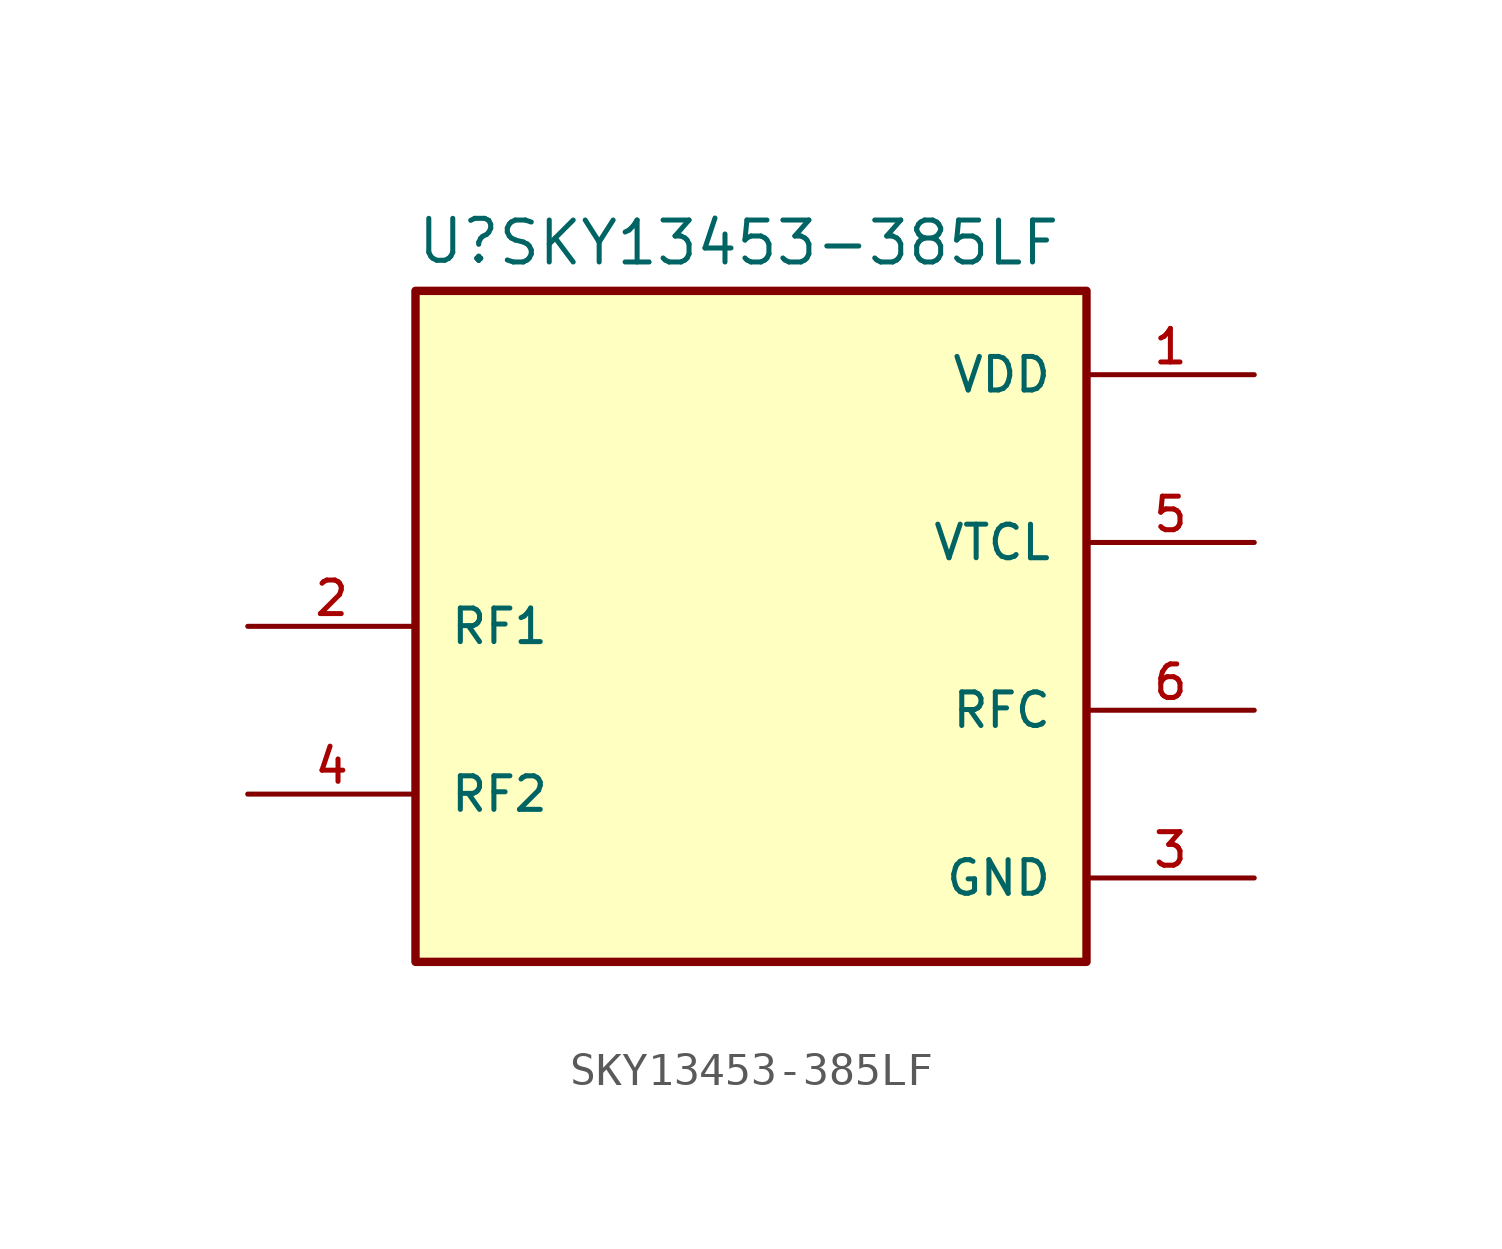
<source format=kicad_sym>
(kicad_symbol_lib
  (version 20220914)
  (generator kicad_symbol_editor)
  (symbol "SKY13453-385LF"
    (pin_names
      (offset 1.016))
    (property "Reference" "U"
      (at -10.16 10.922 0)
      (effects (font (size 1.27 1.27)) (justify left bottom)))
    (property "Value" "SKY13453-385LF"
      (at -7.722 10.871 0)
      (effects (font (size 1.27 1.27)) (justify left bottom)))
    (symbol "SKY13453-385LF_0_0"
      (rectangle (start -10.16 10.16) (end 10.16 -10.16) (stroke (width 0.254) (type default)) (fill (type background)))
      (pin power_in line (at 15.24 7.62 180) (length 5.08) (name "VDD" (effects (font (size 1.016 1.016)))) (number "1" (effects (font (size 1.016 1.016)))))
      (pin bidirectional line (at -15.24 0 0) (length 5.08) (name "RF1" (effects (font (size 1.016 1.016)))) (number "2" (effects (font (size 1.016 1.016)))))
      (pin power_in line (at 15.24 -7.62 180) (length 5.08) (name "GND" (effects (font (size 1.016 1.016)))) (number "3" (effects (font (size 1.016 1.016)))))
      (pin bidirectional line (at -15.24 -5.08 0) (length 5.08) (name "RF2" (effects (font (size 1.016 1.016)))) (number "4" (effects (font (size 1.016 1.016)))))
      (pin passive line (at 15.24 2.54 180) (length 5.08) (name "VTCL" (effects (font (size 1.016 1.016)))) (number "5" (effects (font (size 1.016 1.016)))))
      (pin bidirectional line (at 15.24 -2.54 180) (length 5.08) (name "RFC" (effects (font (size 1.016 1.016)))) (number "6" (effects (font (size 1.016 1.016))))))))
</source>
